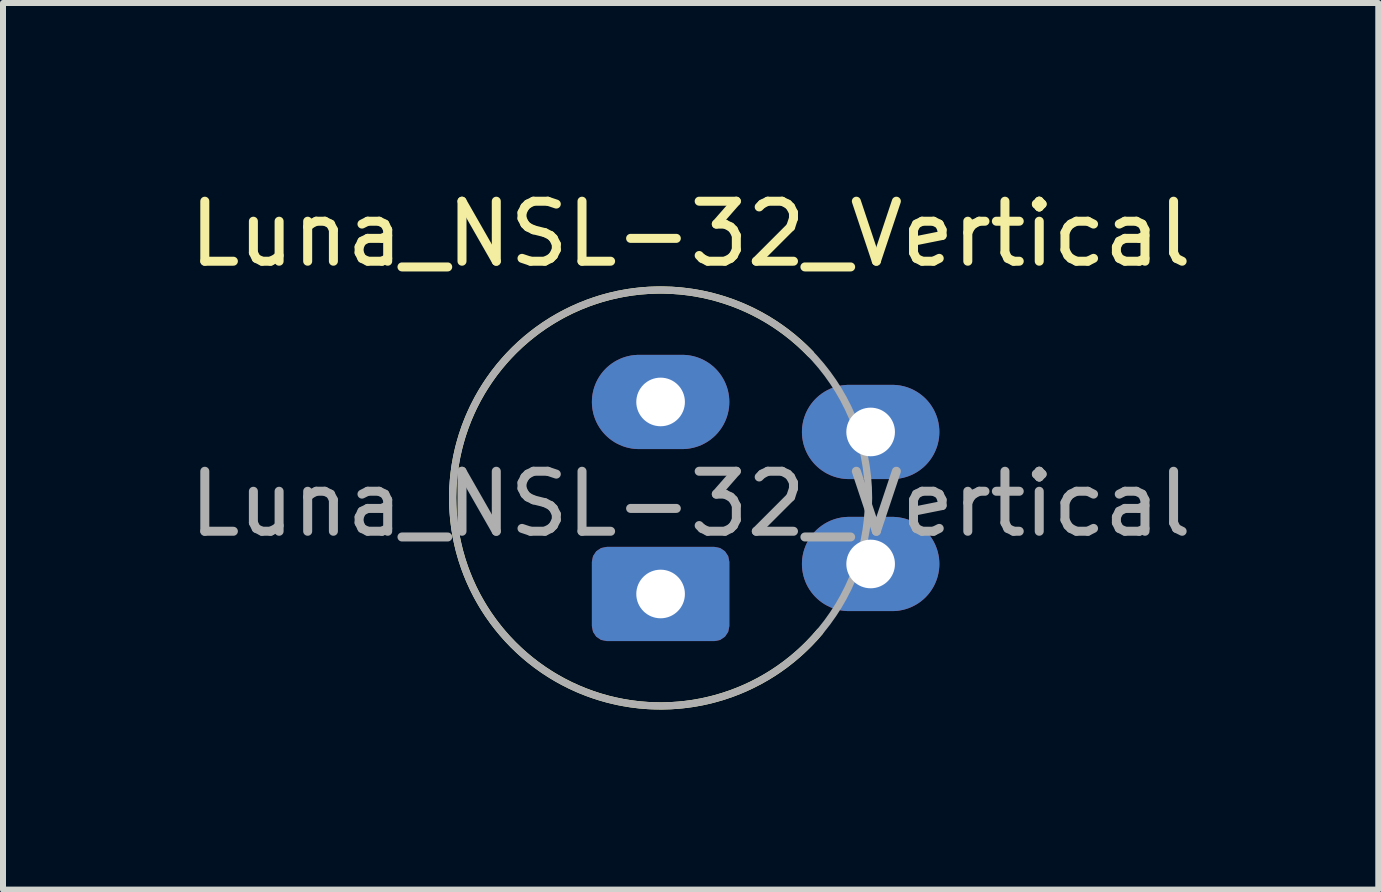
<source format=kicad_pcb>
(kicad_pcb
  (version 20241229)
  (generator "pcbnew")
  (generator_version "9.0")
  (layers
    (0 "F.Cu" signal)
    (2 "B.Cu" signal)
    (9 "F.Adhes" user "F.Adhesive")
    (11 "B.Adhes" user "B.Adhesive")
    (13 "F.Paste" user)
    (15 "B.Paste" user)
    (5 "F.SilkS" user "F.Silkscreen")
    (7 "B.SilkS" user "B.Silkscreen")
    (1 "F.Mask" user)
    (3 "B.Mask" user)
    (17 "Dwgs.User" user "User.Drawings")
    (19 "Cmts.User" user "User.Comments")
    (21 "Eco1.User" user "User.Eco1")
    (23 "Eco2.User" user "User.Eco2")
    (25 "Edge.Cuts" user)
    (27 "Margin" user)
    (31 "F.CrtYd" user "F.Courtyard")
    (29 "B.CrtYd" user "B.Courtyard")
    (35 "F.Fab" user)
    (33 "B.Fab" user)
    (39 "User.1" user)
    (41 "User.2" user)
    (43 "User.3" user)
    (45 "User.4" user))
  (footprint "Luna_NSL-32_Vertical"
    (layer "F.Cu")
    (at 7.958 6.848)
    (property "Reference" "Luna_NSL-32_Vertical" (at 0.5 -6 180) (layer "F.SilkS") (effects (font (size 1 1) (thickness 0.15))))
    (attr through_hole)
    (fp_arc (start 2.653583 0.62901) (mid -3.463637 -1.485081) (end 2.499999 -3.999999) (stroke (width 0.12) (type solid)) (layer "F.SilkS"))
    (fp_arc (start 2.5 -4) (mid -2.499998 0.799998) (end 2.5 -4) (stroke (width 0.12) (type solid)) (layer "F.Fab"))
    (fp_text user "${REFERENCE}" (at 0.5 -1.5 0) (layer "F.Fab") (effects (font (size 1 1) (thickness 0.15))))
    (pad "1" thru_hole roundrect (at 0 0) (size 2.29 1.57) (drill 0.81) (layers "*.Cu" "*.Mask") (roundrect_rratio 0.159))
    (pad "2" thru_hole oval (at 0 -3.2) (size 2.29 1.57) (drill 0.81) (layers "*.Cu" "*.Mask"))
    (pad "3" thru_hole oval (at 3.5 -2.7) (size 2.29 1.57) (drill 0.81) (layers "*.Cu" "*.Mask"))
    (pad "4" thru_hole oval (at 3.5 -0.5) (size 2.29 1.57) (drill 0.81) (layers "*.Cu" "*.Mask")))
  (gr_rect
    (start -3 -3)
    (end 19.917 11.774)
    (stroke (width 0.1) (type default))
    (fill no)
    (layer "Edge.Cuts")))
</source>
